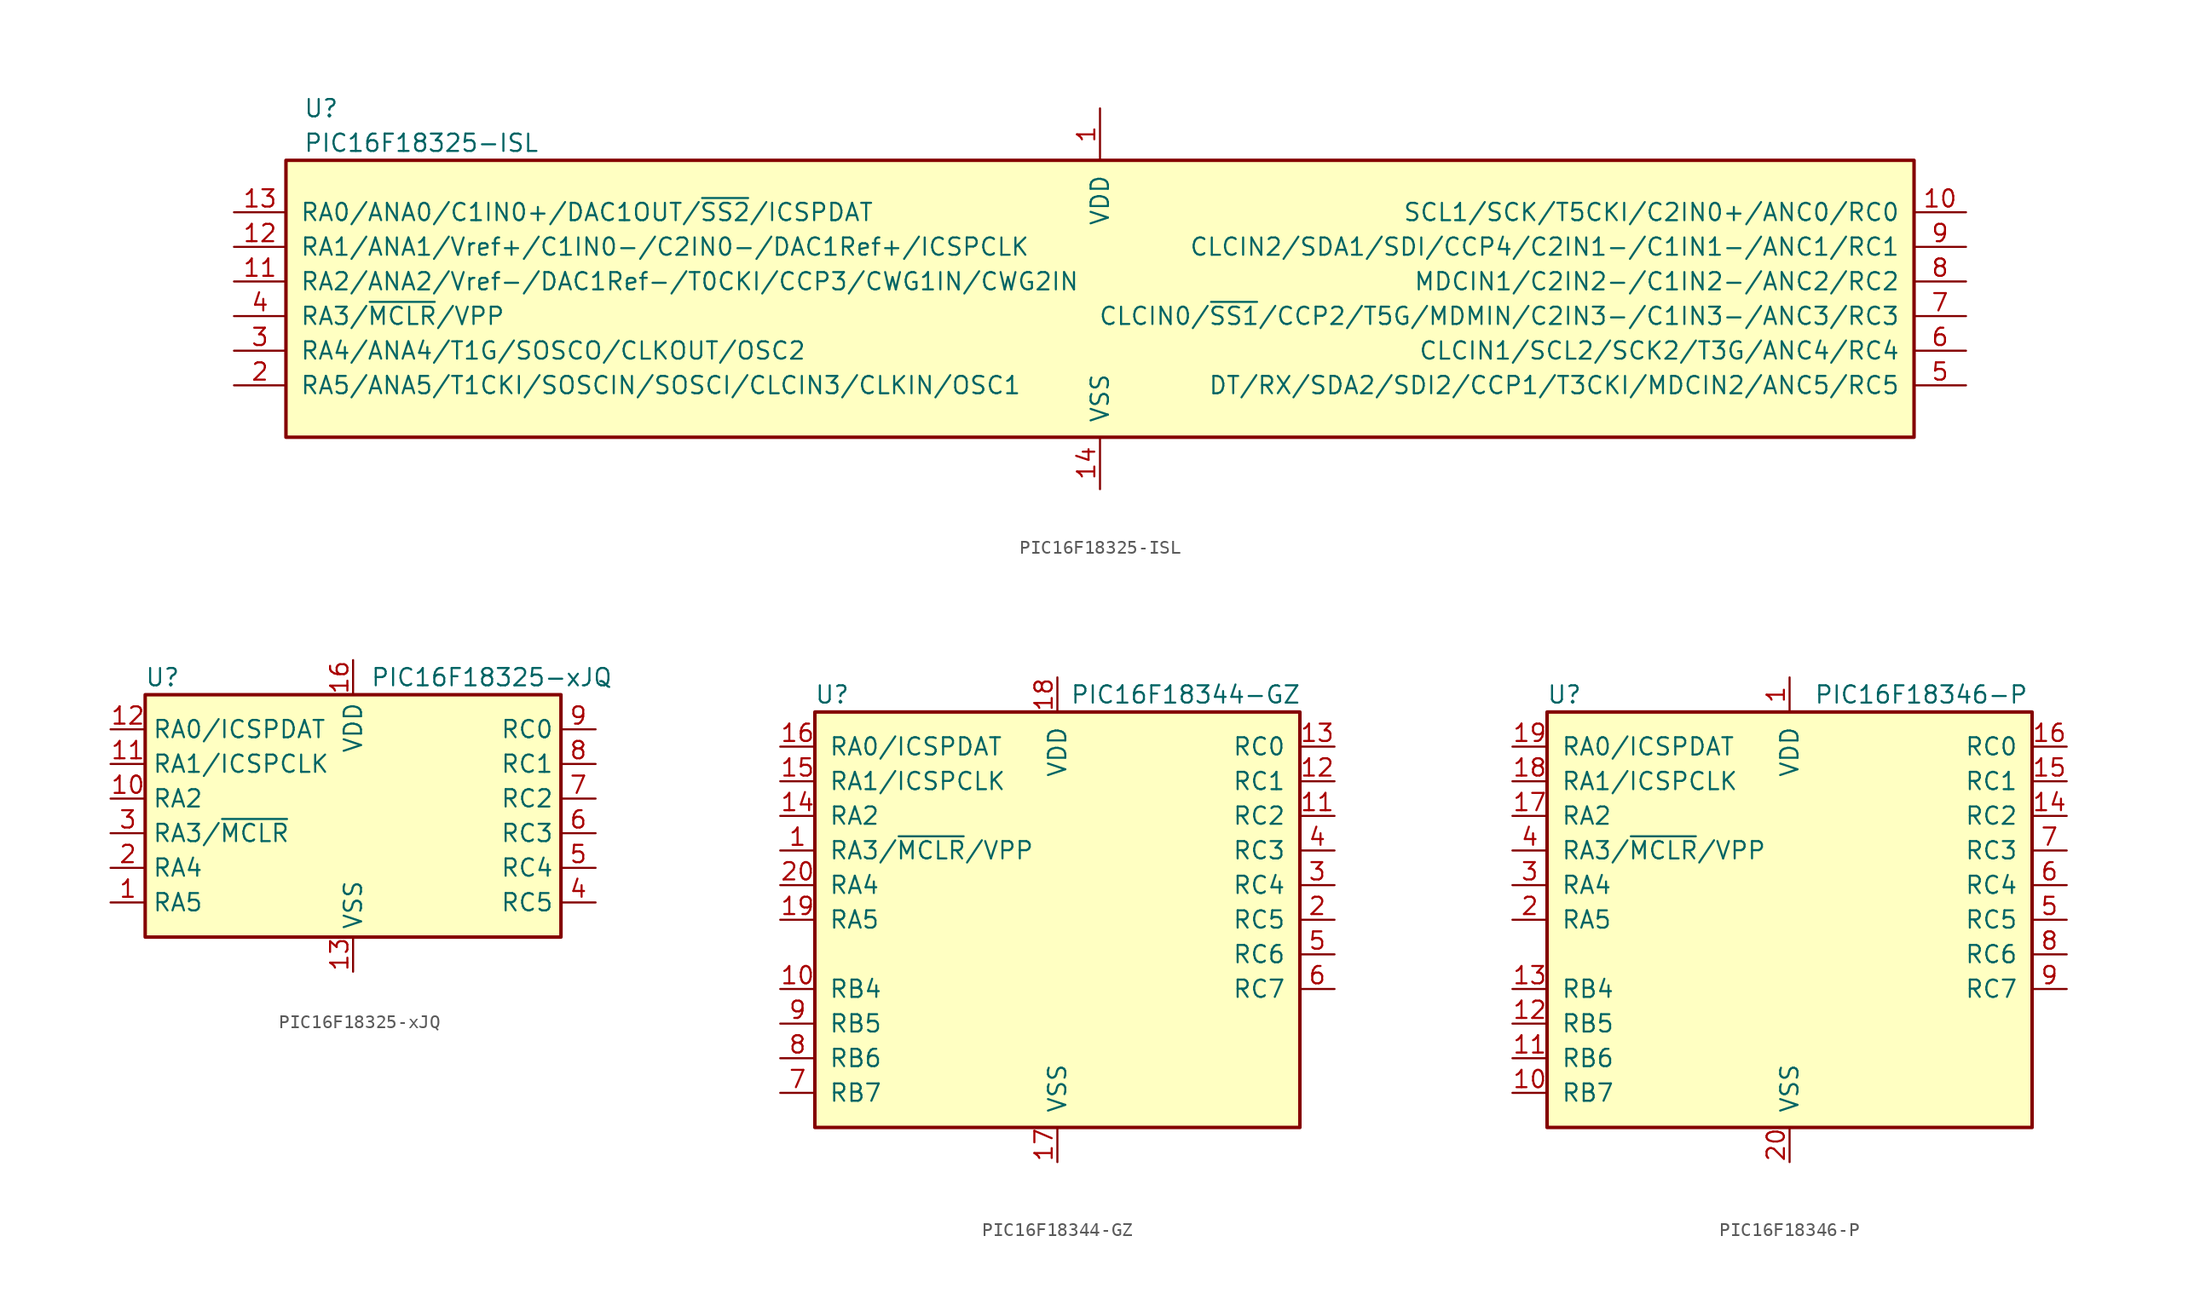
<source format=kicad_sym>
(kicad_symbol_lib
  (version 20201005)
  (generator kicad_symbol_editor)
  (symbol "PIC16F18325-ISL"
    (pin_names
      (offset 1.016))
    (property "Reference" "U"
      (at -58.42 15.24 0)
      (effects (font (size 1.27 1.27)) (justify left)))
    (property "Value" "PIC16F18325-ISL"
      (at -58.42 12.7 0)
      (effects (font (size 1.27 1.27)) (justify left)))
    (symbol "PIC16F18325-ISL_1_1"
      (rectangle (start -59.69 11.43) (end 59.69 -8.89) (stroke (width 0.254)) (fill (type background)))
      (pin power_in line (at 0 15.24 270) (length 3.81) (name "VDD" (effects (font (size 1.27 1.27)))) (number "1" (effects (font (size 1.27 1.27)))))
      (pin bidirectional line (at 63.5 7.62 180) (length 3.81) (name "SCL1/SCK/T5CKI/C2IN0+/ANC0/RC0" (effects (font (size 1.27 1.27)))) (number "10" (effects (font (size 1.27 1.27)))))
      (pin bidirectional line (at -63.5 2.54 0) (length 3.81) (name "RA2/ANA2/Vref-/DAC1Ref-/T0CKI/CCP3/CWG1IN/CWG2IN" (effects (font (size 1.27 1.27)))) (number "11" (effects (font (size 1.27 1.27)))))
      (pin bidirectional line (at -63.5 5.08 0) (length 3.81) (name "RA1/ANA1/Vref+/C1IN0-/C2IN0-/DAC1Ref+/ICSPCLK" (effects (font (size 1.27 1.27)))) (number "12" (effects (font (size 1.27 1.27)))))
      (pin bidirectional line (at -63.5 7.62 0) (length 3.81) (name "RA0/ANA0/C1IN0+/DAC1OUT/~SS2~/ICSPDAT" (effects (font (size 1.27 1.27)))) (number "13" (effects (font (size 1.27 1.27)))))
      (pin power_in line (at 0 -12.7 90) (length 3.81) (name "VSS" (effects (font (size 1.27 1.27)))) (number "14" (effects (font (size 1.27 1.27)))))
      (pin bidirectional line (at -63.5 -5.08 0) (length 3.81) (name "RA5/ANA5/T1CKI/SOSCIN/SOSCI/CLCIN3/CLKIN/OSC1" (effects (font (size 1.27 1.27)))) (number "2" (effects (font (size 1.27 1.27)))))
      (pin bidirectional line (at -63.5 -2.54 0) (length 3.81) (name "RA4/ANA4/T1G/SOSCO/CLKOUT/OSC2" (effects (font (size 1.27 1.27)))) (number "3" (effects (font (size 1.27 1.27)))))
      (pin bidirectional line (at -63.5 0 0) (length 3.81) (name "RA3/~MCLR~/VPP" (effects (font (size 1.27 1.27)))) (number "4" (effects (font (size 1.27 1.27)))))
      (pin bidirectional line (at 63.5 -5.08 180) (length 3.81) (name "DT/RX/SDA2/SDI2/CCP1/T3CKI/MDCIN2/ANC5/RC5" (effects (font (size 1.27 1.27)))) (number "5" (effects (font (size 1.27 1.27)))))
      (pin bidirectional line (at 63.5 -2.54 180) (length 3.81) (name "CLCIN1/SCL2/SCK2/T3G/ANC4/RC4" (effects (font (size 1.27 1.27)))) (number "6" (effects (font (size 1.27 1.27)))))
      (pin bidirectional line (at 63.5 0 180) (length 3.81) (name "CLCIN0/~SS1~/CCP2/T5G/MDMIN/C2IN3-/C1IN3-/ANC3/RC3" (effects (font (size 1.27 1.27)))) (number "7" (effects (font (size 1.27 1.27)))))
      (pin bidirectional line (at 63.5 2.54 180) (length 3.81) (name "MDCIN1/C2IN2-/C1IN2-/ANC2/RC2" (effects (font (size 1.27 1.27)))) (number "8" (effects (font (size 1.27 1.27)))))
      (pin bidirectional line (at 63.5 5.08 180) (length 3.81) (name "CLCIN2/SDA1/SDI/CCP4/C2IN1-/C1IN1-/ANC1/RC1" (effects (font (size 1.27 1.27)))) (number "9" (effects (font (size 1.27 1.27)))))))
  (symbol "PIC16F18325-xJQ"
    (property "Reference" "U"
      (at -13.97 11.43 0)
      (effects (font (size 1.27 1.27))))
    (property "Value" "PIC16F18325-xJQ"
      (at 10.16 11.43 0)
      (effects (font (size 1.27 1.27))))
    (symbol "PIC16F18325-xJQ_0_1"
      (rectangle (start -15.24 10.16) (end 15.24 -7.62) (stroke (width 0.254)) (fill (type background))))
    (symbol "PIC16F18325-xJQ_1_1"
      (pin bidirectional line (at -17.78 -5.08 0) (length 2.54) (name "RA5" (effects (font (size 1.27 1.27)))) (number "1" (effects (font (size 1.27 1.27)))))
      (pin bidirectional line (at -17.78 2.54 0) (length 2.54) (name "RA2" (effects (font (size 1.27 1.27)))) (number "10" (effects (font (size 1.27 1.27)))))
      (pin bidirectional line (at -17.78 5.08 0) (length 2.54) (name "RA1/ICSPCLK" (effects (font (size 1.27 1.27)))) (number "11" (effects (font (size 1.27 1.27)))))
      (pin bidirectional line (at -17.78 7.62 0) (length 2.54) (name "RA0/ICSPDAT" (effects (font (size 1.27 1.27)))) (number "12" (effects (font (size 1.27 1.27)))))
      (pin power_in line (at 0 -10.16 90) (length 2.54) (name "VSS" (effects (font (size 1.27 1.27)))) (number "13" (effects (font (size 1.27 1.27)))))
      (pin no_connect line (at 5.08 -7.62 90) (length 2.54) hide (name "NC" (effects (font (size 1.27 1.27)))) (number "14" (effects (font (size 1.27 1.27)))))
      (pin no_connect line (at 7.62 -7.62 90) (length 2.54) hide (name "NC" (effects (font (size 1.27 1.27)))) (number "15" (effects (font (size 1.27 1.27)))))
      (pin power_in line (at 0 12.7 270) (length 2.54) (name "VDD" (effects (font (size 1.27 1.27)))) (number "16" (effects (font (size 1.27 1.27)))))
      (pin bidirectional line (at -17.78 -2.54 0) (length 2.54) (name "RA4" (effects (font (size 1.27 1.27)))) (number "2" (effects (font (size 1.27 1.27)))))
      (pin bidirectional line (at -17.78 0 0) (length 2.54) (name "RA3/~MCLR~" (effects (font (size 1.27 1.27)))) (number "3" (effects (font (size 1.27 1.27)))))
      (pin bidirectional line (at 17.78 -5.08 180) (length 2.54) (name "RC5" (effects (font (size 1.27 1.27)))) (number "4" (effects (font (size 1.27 1.27)))))
      (pin bidirectional line (at 17.78 -2.54 180) (length 2.54) (name "RC4" (effects (font (size 1.27 1.27)))) (number "5" (effects (font (size 1.27 1.27)))))
      (pin bidirectional line (at 17.78 0 180) (length 2.54) (name "RC3" (effects (font (size 1.27 1.27)))) (number "6" (effects (font (size 1.27 1.27)))))
      (pin bidirectional line (at 17.78 2.54 180) (length 2.54) (name "RC2" (effects (font (size 1.27 1.27)))) (number "7" (effects (font (size 1.27 1.27)))))
      (pin bidirectional line (at 17.78 5.08 180) (length 2.54) (name "RC1" (effects (font (size 1.27 1.27)))) (number "8" (effects (font (size 1.27 1.27)))))
      (pin bidirectional line (at 17.78 7.62 180) (length 2.54) (name "RC0" (effects (font (size 1.27 1.27)))) (number "9" (effects (font (size 1.27 1.27)))))))
  (symbol "PIC16F18344-GZ"
    (pin_names
      (offset 1.016))
    (property "Reference" "U"
      (at -16.51 16.51 0)
      (effects (font (size 1.27 1.27))))
    (property "Value" "PIC16F18344-GZ"
      (at 9.398 16.51 0)
      (effects (font (size 1.27 1.27))))
    (symbol "PIC16F18344-GZ_0_1"
      (rectangle (start -17.78 15.24) (end 17.78 -15.24) (stroke (width 0.254)) (fill (type background))))
    (symbol "PIC16F18344-GZ_1_1"
      (pin bidirectional line (at -20.32 5.08 0) (length 2.54) (name "RA3/~MCLR~/VPP" (effects (font (size 1.27 1.27)))) (number "1" (effects (font (size 1.27 1.27)))))
      (pin bidirectional line (at -20.32 -5.08 0) (length 2.54) (name "RB4" (effects (font (size 1.27 1.27)))) (number "10" (effects (font (size 1.27 1.27)))))
      (pin bidirectional line (at 20.32 7.62 180) (length 2.54) (name "RC2" (effects (font (size 1.27 1.27)))) (number "11" (effects (font (size 1.27 1.27)))))
      (pin bidirectional line (at 20.32 10.16 180) (length 2.54) (name "RC1" (effects (font (size 1.27 1.27)))) (number "12" (effects (font (size 1.27 1.27)))))
      (pin bidirectional line (at 20.32 12.7 180) (length 2.54) (name "RC0" (effects (font (size 1.27 1.27)))) (number "13" (effects (font (size 1.27 1.27)))))
      (pin bidirectional line (at -20.32 7.62 0) (length 2.54) (name "RA2" (effects (font (size 1.27 1.27)))) (number "14" (effects (font (size 1.27 1.27)))))
      (pin bidirectional line (at -20.32 10.16 0) (length 2.54) (name "RA1/ICSPCLK" (effects (font (size 1.27 1.27)))) (number "15" (effects (font (size 1.27 1.27)))))
      (pin bidirectional line (at -20.32 12.7 0) (length 2.54) (name "RA0/ICSPDAT" (effects (font (size 1.27 1.27)))) (number "16" (effects (font (size 1.27 1.27)))))
      (pin power_in line (at 0 -17.78 90) (length 2.54) (name "VSS" (effects (font (size 1.27 1.27)))) (number "17" (effects (font (size 1.27 1.27)))))
      (pin power_in line (at 0 17.78 270) (length 2.54) (name "VDD" (effects (font (size 1.27 1.27)))) (number "18" (effects (font (size 1.27 1.27)))))
      (pin bidirectional line (at -20.32 0 0) (length 2.54) (name "RA5" (effects (font (size 1.27 1.27)))) (number "19" (effects (font (size 1.27 1.27)))))
      (pin bidirectional line (at 20.32 0 180) (length 2.54) (name "RC5" (effects (font (size 1.27 1.27)))) (number "2" (effects (font (size 1.27 1.27)))))
      (pin bidirectional line (at -20.32 2.54 0) (length 2.54) (name "RA4" (effects (font (size 1.27 1.27)))) (number "20" (effects (font (size 1.27 1.27)))))
      (pin bidirectional line (at 20.32 2.54 180) (length 2.54) (name "RC4" (effects (font (size 1.27 1.27)))) (number "3" (effects (font (size 1.27 1.27)))))
      (pin bidirectional line (at 20.32 5.08 180) (length 2.54) (name "RC3" (effects (font (size 1.27 1.27)))) (number "4" (effects (font (size 1.27 1.27)))))
      (pin bidirectional line (at 20.32 -2.54 180) (length 2.54) (name "RC6" (effects (font (size 1.27 1.27)))) (number "5" (effects (font (size 1.27 1.27)))))
      (pin bidirectional line (at 20.32 -5.08 180) (length 2.54) (name "RC7" (effects (font (size 1.27 1.27)))) (number "6" (effects (font (size 1.27 1.27)))))
      (pin bidirectional line (at -20.32 -12.7 0) (length 2.54) (name "RB7" (effects (font (size 1.27 1.27)))) (number "7" (effects (font (size 1.27 1.27)))))
      (pin bidirectional line (at -20.32 -10.16 0) (length 2.54) (name "RB6" (effects (font (size 1.27 1.27)))) (number "8" (effects (font (size 1.27 1.27)))))
      (pin bidirectional line (at -20.32 -7.62 0) (length 2.54) (name "RB5" (effects (font (size 1.27 1.27)))) (number "9" (effects (font (size 1.27 1.27)))))))
  (symbol "PIC16F18346-P"
    (pin_names
      (offset 1.016))
    (property "Reference" "U"
      (at -16.51 16.51 0)
      (effects (font (size 1.27 1.27))))
    (property "Value" "PIC16F18346-P"
      (at 9.652 16.51 0)
      (effects (font (size 1.27 1.27))))
    (symbol "PIC16F18346-P_0_1"
      (rectangle (start -17.78 15.24) (end 17.78 -15.24) (stroke (width 0.254)) (fill (type background))))
    (symbol "PIC16F18346-P_1_1"
      (pin power_in line (at 0 17.78 270) (length 2.54) (name "VDD" (effects (font (size 1.27 1.27)))) (number "1" (effects (font (size 1.27 1.27)))))
      (pin bidirectional line (at -20.32 -12.7 0) (length 2.54) (name "RB7" (effects (font (size 1.27 1.27)))) (number "10" (effects (font (size 1.27 1.27)))))
      (pin bidirectional line (at -20.32 -10.16 0) (length 2.54) (name "RB6" (effects (font (size 1.27 1.27)))) (number "11" (effects (font (size 1.27 1.27)))))
      (pin bidirectional line (at -20.32 -7.62 0) (length 2.54) (name "RB5" (effects (font (size 1.27 1.27)))) (number "12" (effects (font (size 1.27 1.27)))))
      (pin bidirectional line (at -20.32 -5.08 0) (length 2.54) (name "RB4" (effects (font (size 1.27 1.27)))) (number "13" (effects (font (size 1.27 1.27)))))
      (pin bidirectional line (at 20.32 7.62 180) (length 2.54) (name "RC2" (effects (font (size 1.27 1.27)))) (number "14" (effects (font (size 1.27 1.27)))))
      (pin bidirectional line (at 20.32 10.16 180) (length 2.54) (name "RC1" (effects (font (size 1.27 1.27)))) (number "15" (effects (font (size 1.27 1.27)))))
      (pin bidirectional line (at 20.32 12.7 180) (length 2.54) (name "RC0" (effects (font (size 1.27 1.27)))) (number "16" (effects (font (size 1.27 1.27)))))
      (pin bidirectional line (at -20.32 7.62 0) (length 2.54) (name "RA2" (effects (font (size 1.27 1.27)))) (number "17" (effects (font (size 1.27 1.27)))))
      (pin bidirectional line (at -20.32 10.16 0) (length 2.54) (name "RA1/ICSPCLK" (effects (font (size 1.27 1.27)))) (number "18" (effects (font (size 1.27 1.27)))))
      (pin bidirectional line (at -20.32 12.7 0) (length 2.54) (name "RA0/ICSPDAT" (effects (font (size 1.27 1.27)))) (number "19" (effects (font (size 1.27 1.27)))))
      (pin bidirectional line (at -20.32 0 0) (length 2.54) (name "RA5" (effects (font (size 1.27 1.27)))) (number "2" (effects (font (size 1.27 1.27)))))
      (pin power_in line (at 0 -17.78 90) (length 2.54) (name "VSS" (effects (font (size 1.27 1.27)))) (number "20" (effects (font (size 1.27 1.27)))))
      (pin bidirectional line (at -20.32 2.54 0) (length 2.54) (name "RA4" (effects (font (size 1.27 1.27)))) (number "3" (effects (font (size 1.27 1.27)))))
      (pin bidirectional line (at -20.32 5.08 0) (length 2.54) (name "RA3/~MCLR~/VPP" (effects (font (size 1.27 1.27)))) (number "4" (effects (font (size 1.27 1.27)))))
      (pin bidirectional line (at 20.32 0 180) (length 2.54) (name "RC5" (effects (font (size 1.27 1.27)))) (number "5" (effects (font (size 1.27 1.27)))))
      (pin bidirectional line (at 20.32 2.54 180) (length 2.54) (name "RC4" (effects (font (size 1.27 1.27)))) (number "6" (effects (font (size 1.27 1.27)))))
      (pin bidirectional line (at 20.32 5.08 180) (length 2.54) (name "RC3" (effects (font (size 1.27 1.27)))) (number "7" (effects (font (size 1.27 1.27)))))
      (pin bidirectional line (at 20.32 -2.54 180) (length 2.54) (name "RC6" (effects (font (size 1.27 1.27)))) (number "8" (effects (font (size 1.27 1.27)))))
      (pin bidirectional line (at 20.32 -5.08 180) (length 2.54) (name "RC7" (effects (font (size 1.27 1.27)))) (number "9" (effects (font (size 1.27 1.27))))))))
</source>
